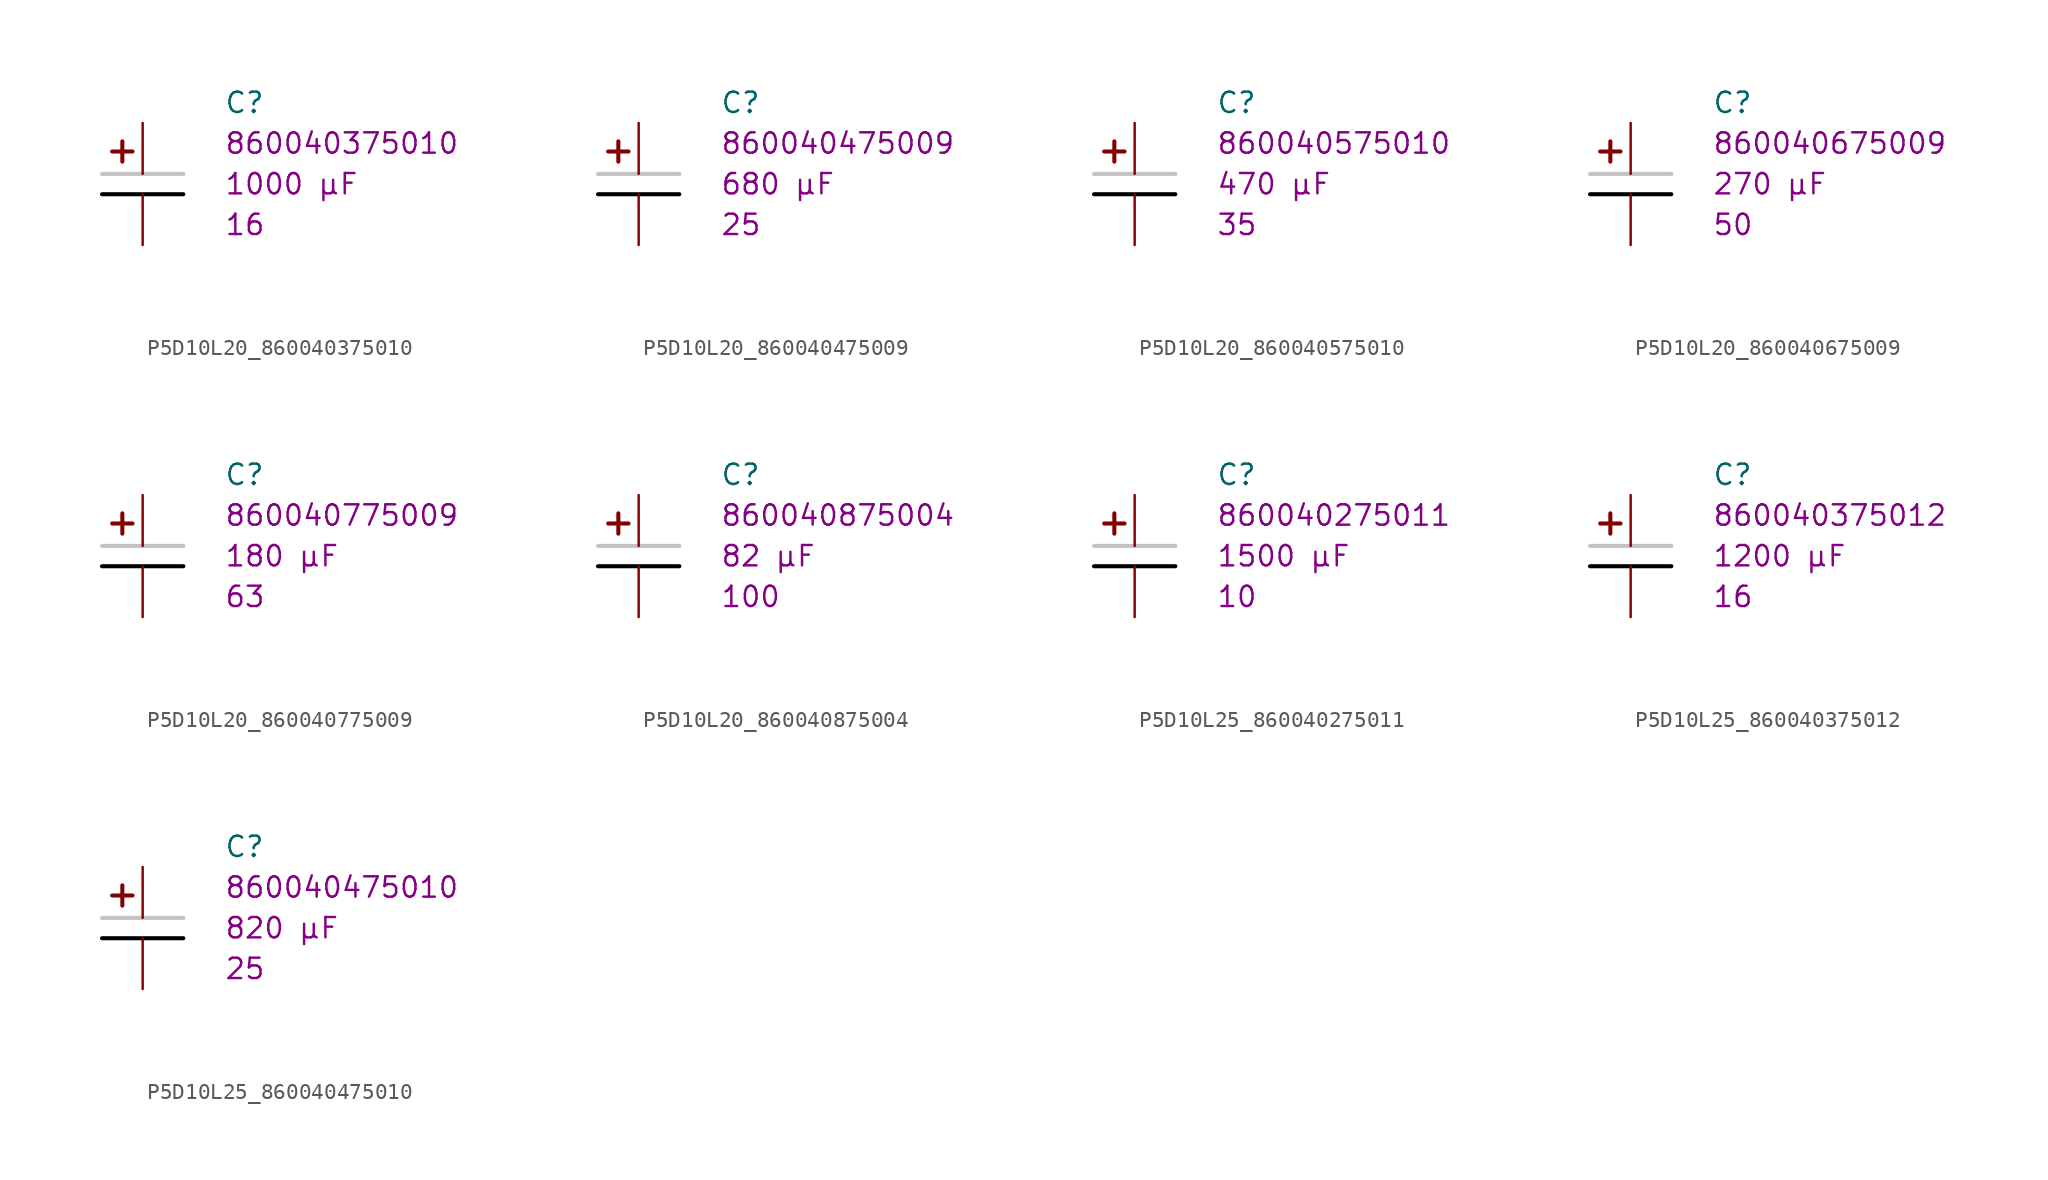
<source format=kicad_sym>
(kicad_symbol_lib
  (version 20220914)
  (generator kicad_symbol_editor)
  (symbol "P5D10L20_860040375010"
    (pin_numbers hide)
    (pin_names hide)
    (property "Reference" "C"
      (at 5.08 5.08 0)
      (effects (font (size 1.27 1.27)) (justify left)))
    (property "Part Number" "860040375010"
      (at 5.08 2.54 0)
      (effects (font (size 1.27 1.27)) (justify left)))
    (property "Capacitance" "1000 µF"
      (at 5.08 0 0)
      (effects (font (size 1.27 1.27)) (justify left)))
    (property "Voltage" "16"
      (at 5.08 -2.54 0)
      (effects (font (size 1.27 1.27)) (justify left)))
    (property "Critical Parameter" ""
      (at 0 -7.62 0)
      (effects (font (size 1.27 1.27)) (justify left)))
    (symbol "P5D10L20_860040375010_1_1"
      (polyline (pts (xy -1.27 2.667) (xy -1.27 1.397)) (stroke (width 0.254) (type default)) (fill (type none)))
      (polyline (pts (xy -0.635 2.032) (xy -1.905 2.032)) (stroke (width 0.254) (type default)) (fill (type none)))
      (polyline (pts (xy 2.54 -0.635) (xy -2.54 -0.635)) (stroke (width 0.254) (type default) (color 0 0 0 1)) (fill (type none)))
      (polyline (pts (xy 2.54 0.635) (xy -2.54 0.635)) (stroke (width 0.254) (type default) (color 194 194 194 1)) (fill (type none)))
      (pin passive line (at 0 3.81 270) (length 3.175) (name "1" (effects (font (size 1.27 1.27)))) (number "1" (effects (font (size 1.27 1.27)))))
      (pin passive line (at 0 -3.81 90) (length 3.175) (name "2" (effects (font (size 1.27 1.27)))) (number "2" (effects (font (size 1.27 1.27)))))))
  (symbol "P5D10L20_860040475009"
    (pin_numbers hide)
    (pin_names hide)
    (property "Reference" "C"
      (at 5.08 5.08 0)
      (effects (font (size 1.27 1.27)) (justify left)))
    (property "Part Number" "860040475009"
      (at 5.08 2.54 0)
      (effects (font (size 1.27 1.27)) (justify left)))
    (property "Capacitance" "680 µF"
      (at 5.08 0 0)
      (effects (font (size 1.27 1.27)) (justify left)))
    (property "Voltage" "25"
      (at 5.08 -2.54 0)
      (effects (font (size 1.27 1.27)) (justify left)))
    (property "Critical Parameter" ""
      (at 0 -7.62 0)
      (effects (font (size 1.27 1.27)) (justify left)))
    (symbol "P5D10L20_860040475009_1_1"
      (polyline (pts (xy -1.27 2.667) (xy -1.27 1.397)) (stroke (width 0.254) (type default)) (fill (type none)))
      (polyline (pts (xy -0.635 2.032) (xy -1.905 2.032)) (stroke (width 0.254) (type default)) (fill (type none)))
      (polyline (pts (xy 2.54 -0.635) (xy -2.54 -0.635)) (stroke (width 0.254) (type default) (color 0 0 0 1)) (fill (type none)))
      (polyline (pts (xy 2.54 0.635) (xy -2.54 0.635)) (stroke (width 0.254) (type default) (color 194 194 194 1)) (fill (type none)))
      (pin passive line (at 0 3.81 270) (length 3.175) (name "1" (effects (font (size 1.27 1.27)))) (number "1" (effects (font (size 1.27 1.27)))))
      (pin passive line (at 0 -3.81 90) (length 3.175) (name "2" (effects (font (size 1.27 1.27)))) (number "2" (effects (font (size 1.27 1.27)))))))
  (symbol "P5D10L20_860040575010"
    (pin_numbers hide)
    (pin_names hide)
    (property "Reference" "C"
      (at 5.08 5.08 0)
      (effects (font (size 1.27 1.27)) (justify left)))
    (property "Part Number" "860040575010"
      (at 5.08 2.54 0)
      (effects (font (size 1.27 1.27)) (justify left)))
    (property "Capacitance" "470 µF"
      (at 5.08 0 0)
      (effects (font (size 1.27 1.27)) (justify left)))
    (property "Voltage" "35"
      (at 5.08 -2.54 0)
      (effects (font (size 1.27 1.27)) (justify left)))
    (property "Critical Parameter" ""
      (at 0 -7.62 0)
      (effects (font (size 1.27 1.27)) (justify left)))
    (symbol "P5D10L20_860040575010_1_1"
      (polyline (pts (xy -1.27 2.667) (xy -1.27 1.397)) (stroke (width 0.254) (type default)) (fill (type none)))
      (polyline (pts (xy -0.635 2.032) (xy -1.905 2.032)) (stroke (width 0.254) (type default)) (fill (type none)))
      (polyline (pts (xy 2.54 -0.635) (xy -2.54 -0.635)) (stroke (width 0.254) (type default) (color 0 0 0 1)) (fill (type none)))
      (polyline (pts (xy 2.54 0.635) (xy -2.54 0.635)) (stroke (width 0.254) (type default) (color 194 194 194 1)) (fill (type none)))
      (pin passive line (at 0 3.81 270) (length 3.175) (name "1" (effects (font (size 1.27 1.27)))) (number "1" (effects (font (size 1.27 1.27)))))
      (pin passive line (at 0 -3.81 90) (length 3.175) (name "2" (effects (font (size 1.27 1.27)))) (number "2" (effects (font (size 1.27 1.27)))))))
  (symbol "P5D10L20_860040675009"
    (pin_numbers hide)
    (pin_names hide)
    (property "Reference" "C"
      (at 5.08 5.08 0)
      (effects (font (size 1.27 1.27)) (justify left)))
    (property "Part Number" "860040675009"
      (at 5.08 2.54 0)
      (effects (font (size 1.27 1.27)) (justify left)))
    (property "Capacitance" "270 µF"
      (at 5.08 0 0)
      (effects (font (size 1.27 1.27)) (justify left)))
    (property "Voltage" "50"
      (at 5.08 -2.54 0)
      (effects (font (size 1.27 1.27)) (justify left)))
    (property "Critical Parameter" ""
      (at 0 -7.62 0)
      (effects (font (size 1.27 1.27)) (justify left)))
    (symbol "P5D10L20_860040675009_1_1"
      (polyline (pts (xy -1.27 2.667) (xy -1.27 1.397)) (stroke (width 0.254) (type default)) (fill (type none)))
      (polyline (pts (xy -0.635 2.032) (xy -1.905 2.032)) (stroke (width 0.254) (type default)) (fill (type none)))
      (polyline (pts (xy 2.54 -0.635) (xy -2.54 -0.635)) (stroke (width 0.254) (type default) (color 0 0 0 1)) (fill (type none)))
      (polyline (pts (xy 2.54 0.635) (xy -2.54 0.635)) (stroke (width 0.254) (type default) (color 194 194 194 1)) (fill (type none)))
      (pin passive line (at 0 3.81 270) (length 3.175) (name "1" (effects (font (size 1.27 1.27)))) (number "1" (effects (font (size 1.27 1.27)))))
      (pin passive line (at 0 -3.81 90) (length 3.175) (name "2" (effects (font (size 1.27 1.27)))) (number "2" (effects (font (size 1.27 1.27)))))))
  (symbol "P5D10L20_860040775009"
    (pin_numbers hide)
    (pin_names hide)
    (property "Reference" "C"
      (at 5.08 5.08 0)
      (effects (font (size 1.27 1.27)) (justify left)))
    (property "Part Number" "860040775009"
      (at 5.08 2.54 0)
      (effects (font (size 1.27 1.27)) (justify left)))
    (property "Capacitance" "180 µF"
      (at 5.08 0 0)
      (effects (font (size 1.27 1.27)) (justify left)))
    (property "Voltage" "63"
      (at 5.08 -2.54 0)
      (effects (font (size 1.27 1.27)) (justify left)))
    (property "Critical Parameter" ""
      (at 0 -7.62 0)
      (effects (font (size 1.27 1.27)) (justify left)))
    (symbol "P5D10L20_860040775009_1_1"
      (polyline (pts (xy -1.27 2.667) (xy -1.27 1.397)) (stroke (width 0.254) (type default)) (fill (type none)))
      (polyline (pts (xy -0.635 2.032) (xy -1.905 2.032)) (stroke (width 0.254) (type default)) (fill (type none)))
      (polyline (pts (xy 2.54 -0.635) (xy -2.54 -0.635)) (stroke (width 0.254) (type default) (color 0 0 0 1)) (fill (type none)))
      (polyline (pts (xy 2.54 0.635) (xy -2.54 0.635)) (stroke (width 0.254) (type default) (color 194 194 194 1)) (fill (type none)))
      (pin passive line (at 0 3.81 270) (length 3.175) (name "1" (effects (font (size 1.27 1.27)))) (number "1" (effects (font (size 1.27 1.27)))))
      (pin passive line (at 0 -3.81 90) (length 3.175) (name "2" (effects (font (size 1.27 1.27)))) (number "2" (effects (font (size 1.27 1.27)))))))
  (symbol "P5D10L20_860040875004"
    (pin_numbers hide)
    (pin_names hide)
    (property "Reference" "C"
      (at 5.08 5.08 0)
      (effects (font (size 1.27 1.27)) (justify left)))
    (property "Part Number" "860040875004"
      (at 5.08 2.54 0)
      (effects (font (size 1.27 1.27)) (justify left)))
    (property "Capacitance" "82 µF"
      (at 5.08 0 0)
      (effects (font (size 1.27 1.27)) (justify left)))
    (property "Voltage" "100"
      (at 5.08 -2.54 0)
      (effects (font (size 1.27 1.27)) (justify left)))
    (property "Critical Parameter" ""
      (at 0 -7.62 0)
      (effects (font (size 1.27 1.27)) (justify left)))
    (symbol "P5D10L20_860040875004_1_1"
      (polyline (pts (xy -1.27 2.667) (xy -1.27 1.397)) (stroke (width 0.254) (type default)) (fill (type none)))
      (polyline (pts (xy -0.635 2.032) (xy -1.905 2.032)) (stroke (width 0.254) (type default)) (fill (type none)))
      (polyline (pts (xy 2.54 -0.635) (xy -2.54 -0.635)) (stroke (width 0.254) (type default) (color 0 0 0 1)) (fill (type none)))
      (polyline (pts (xy 2.54 0.635) (xy -2.54 0.635)) (stroke (width 0.254) (type default) (color 194 194 194 1)) (fill (type none)))
      (pin passive line (at 0 3.81 270) (length 3.175) (name "1" (effects (font (size 1.27 1.27)))) (number "1" (effects (font (size 1.27 1.27)))))
      (pin passive line (at 0 -3.81 90) (length 3.175) (name "2" (effects (font (size 1.27 1.27)))) (number "2" (effects (font (size 1.27 1.27)))))))
  (symbol "P5D10L25_860040275011"
    (pin_numbers hide)
    (pin_names hide)
    (property "Reference" "C"
      (at 5.08 5.08 0)
      (effects (font (size 1.27 1.27)) (justify left)))
    (property "Part Number" "860040275011"
      (at 5.08 2.54 0)
      (effects (font (size 1.27 1.27)) (justify left)))
    (property "Capacitance" "1500 µF"
      (at 5.08 0 0)
      (effects (font (size 1.27 1.27)) (justify left)))
    (property "Voltage" "10"
      (at 5.08 -2.54 0)
      (effects (font (size 1.27 1.27)) (justify left)))
    (property "Critical Parameter" ""
      (at 0 -7.62 0)
      (effects (font (size 1.27 1.27)) (justify left)))
    (symbol "P5D10L25_860040275011_1_1"
      (polyline (pts (xy -1.27 2.667) (xy -1.27 1.397)) (stroke (width 0.254) (type default)) (fill (type none)))
      (polyline (pts (xy -0.635 2.032) (xy -1.905 2.032)) (stroke (width 0.254) (type default)) (fill (type none)))
      (polyline (pts (xy 2.54 -0.635) (xy -2.54 -0.635)) (stroke (width 0.254) (type default) (color 0 0 0 1)) (fill (type none)))
      (polyline (pts (xy 2.54 0.635) (xy -2.54 0.635)) (stroke (width 0.254) (type default) (color 194 194 194 1)) (fill (type none)))
      (pin passive line (at 0 3.81 270) (length 3.175) (name "1" (effects (font (size 1.27 1.27)))) (number "1" (effects (font (size 1.27 1.27)))))
      (pin passive line (at 0 -3.81 90) (length 3.175) (name "2" (effects (font (size 1.27 1.27)))) (number "2" (effects (font (size 1.27 1.27)))))))
  (symbol "P5D10L25_860040375012"
    (pin_numbers hide)
    (pin_names hide)
    (property "Reference" "C"
      (at 5.08 5.08 0)
      (effects (font (size 1.27 1.27)) (justify left)))
    (property "Part Number" "860040375012"
      (at 5.08 2.54 0)
      (effects (font (size 1.27 1.27)) (justify left)))
    (property "Capacitance" "1200 µF"
      (at 5.08 0 0)
      (effects (font (size 1.27 1.27)) (justify left)))
    (property "Voltage" "16"
      (at 5.08 -2.54 0)
      (effects (font (size 1.27 1.27)) (justify left)))
    (property "Critical Parameter" ""
      (at 0 -7.62 0)
      (effects (font (size 1.27 1.27)) (justify left)))
    (symbol "P5D10L25_860040375012_1_1"
      (polyline (pts (xy -1.27 2.667) (xy -1.27 1.397)) (stroke (width 0.254) (type default)) (fill (type none)))
      (polyline (pts (xy -0.635 2.032) (xy -1.905 2.032)) (stroke (width 0.254) (type default)) (fill (type none)))
      (polyline (pts (xy 2.54 -0.635) (xy -2.54 -0.635)) (stroke (width 0.254) (type default) (color 0 0 0 1)) (fill (type none)))
      (polyline (pts (xy 2.54 0.635) (xy -2.54 0.635)) (stroke (width 0.254) (type default) (color 194 194 194 1)) (fill (type none)))
      (pin passive line (at 0 3.81 270) (length 3.175) (name "1" (effects (font (size 1.27 1.27)))) (number "1" (effects (font (size 1.27 1.27)))))
      (pin passive line (at 0 -3.81 90) (length 3.175) (name "2" (effects (font (size 1.27 1.27)))) (number "2" (effects (font (size 1.27 1.27)))))))
  (symbol "P5D10L25_860040475010"
    (pin_numbers hide)
    (pin_names hide)
    (property "Reference" "C"
      (at 5.08 5.08 0)
      (effects (font (size 1.27 1.27)) (justify left)))
    (property "Part Number" "860040475010"
      (at 5.08 2.54 0)
      (effects (font (size 1.27 1.27)) (justify left)))
    (property "Capacitance" "820 µF"
      (at 5.08 0 0)
      (effects (font (size 1.27 1.27)) (justify left)))
    (property "Voltage" "25"
      (at 5.08 -2.54 0)
      (effects (font (size 1.27 1.27)) (justify left)))
    (property "Critical Parameter" ""
      (at 0 -7.62 0)
      (effects (font (size 1.27 1.27)) (justify left)))
    (symbol "P5D10L25_860040475010_1_1"
      (polyline (pts (xy -1.27 2.667) (xy -1.27 1.397)) (stroke (width 0.254) (type default)) (fill (type none)))
      (polyline (pts (xy -0.635 2.032) (xy -1.905 2.032)) (stroke (width 0.254) (type default)) (fill (type none)))
      (polyline (pts (xy 2.54 -0.635) (xy -2.54 -0.635)) (stroke (width 0.254) (type default) (color 0 0 0 1)) (fill (type none)))
      (polyline (pts (xy 2.54 0.635) (xy -2.54 0.635)) (stroke (width 0.254) (type default) (color 194 194 194 1)) (fill (type none)))
      (pin passive line (at 0 3.81 270) (length 3.175) (name "1" (effects (font (size 1.27 1.27)))) (number "1" (effects (font (size 1.27 1.27)))))
      (pin passive line (at 0 -3.81 90) (length 3.175) (name "2" (effects (font (size 1.27 1.27)))) (number "2" (effects (font (size 1.27 1.27))))))))
</source>
